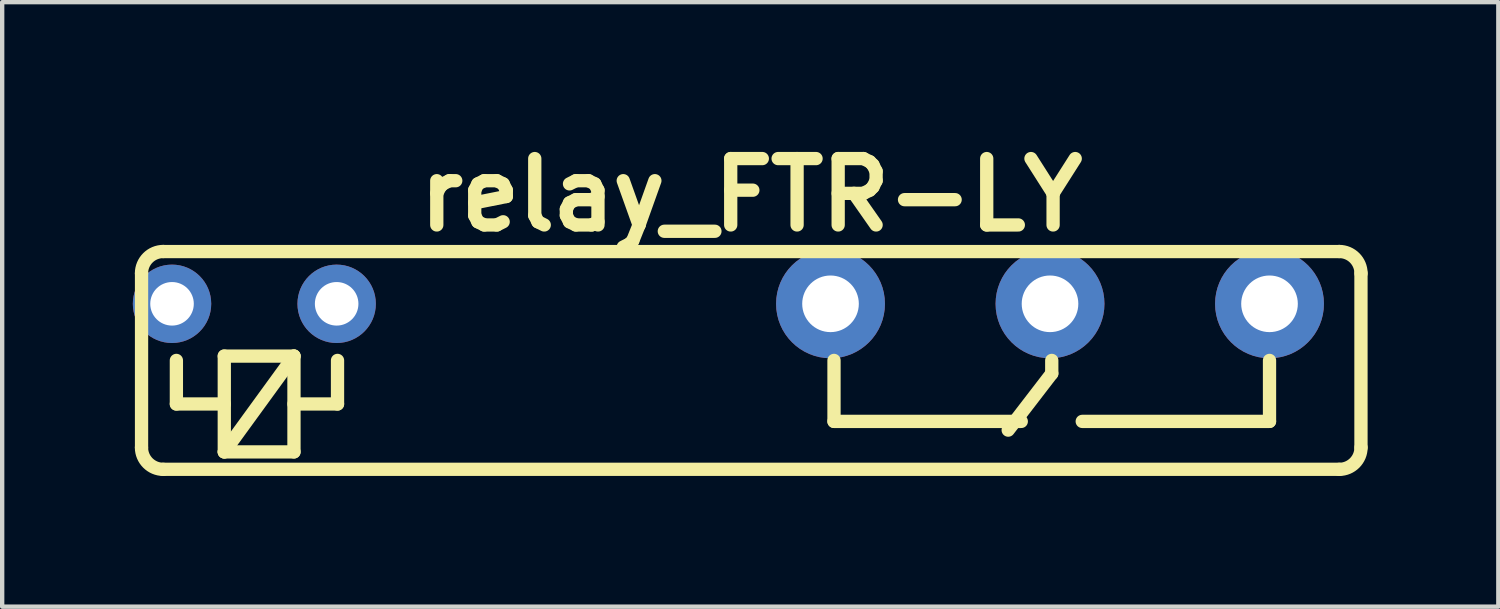
<source format=kicad_pcb>
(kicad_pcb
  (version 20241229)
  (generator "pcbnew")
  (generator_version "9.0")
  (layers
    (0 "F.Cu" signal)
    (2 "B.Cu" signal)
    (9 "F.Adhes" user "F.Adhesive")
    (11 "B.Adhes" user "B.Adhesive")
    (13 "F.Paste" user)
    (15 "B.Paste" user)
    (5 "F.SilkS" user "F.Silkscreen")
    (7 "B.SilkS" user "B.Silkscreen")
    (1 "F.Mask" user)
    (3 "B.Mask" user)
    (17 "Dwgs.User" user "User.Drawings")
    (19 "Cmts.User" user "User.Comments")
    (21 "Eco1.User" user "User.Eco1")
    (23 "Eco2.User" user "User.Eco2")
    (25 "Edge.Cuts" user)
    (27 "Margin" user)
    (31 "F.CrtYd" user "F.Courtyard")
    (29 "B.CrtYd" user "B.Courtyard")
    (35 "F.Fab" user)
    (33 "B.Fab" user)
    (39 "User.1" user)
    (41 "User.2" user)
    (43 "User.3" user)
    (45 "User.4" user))
  (footprint "relay_FTR-LY"
    (layer "F.Cu")
    (at 14.2 5.226)
    (property "Reference" "relay_FTR-LY" (at 0 -3.8 0) (layer "F.SilkS") (effects (font (size 1.524 1.524) (thickness 0.305))))
    (attr through_hole)
    (fp_line (start -14 -2) (end -14 2) (stroke (width 0.305) (type solid)) (layer "F.SilkS"))
    (fp_line (start -13.5 -2.5) (end 13.5 -2.5) (stroke (width 0.305) (type solid)) (layer "F.SilkS"))
    (fp_line (start -13.5 2.5) (end 13.5 2.5) (stroke (width 0.305) (type solid)) (layer "F.SilkS"))
    (fp_line (start -13.2 0) (end -13.2 1) (stroke (width 0.305) (type solid)) (layer "F.SilkS"))
    (fp_line (start -12.1 -0.1) (end -12.1 2.1) (stroke (width 0.305) (type solid)) (layer "F.SilkS"))
    (fp_line (start -12.1 1) (end -13.2 1) (stroke (width 0.305) (type solid)) (layer "F.SilkS"))
    (fp_line (start -12.1 2.1) (end -10.5 -0.1) (stroke (width 0.305) (type solid)) (layer "F.SilkS"))
    (fp_line (start -12.1 2.1) (end -10.5 2.1) (stroke (width 0.305) (type solid)) (layer "F.SilkS"))
    (fp_line (start -10.5 -0.1) (end -12.1 -0.1) (stroke (width 0.305) (type solid)) (layer "F.SilkS"))
    (fp_line (start -10.5 1) (end -9.5 1) (stroke (width 0.305) (type solid)) (layer "F.SilkS"))
    (fp_line (start -10.5 2.1) (end -10.5 -0.1) (stroke (width 0.305) (type solid)) (layer "F.SilkS"))
    (fp_line (start -9.5 0) (end -9.5 1) (stroke (width 0.305) (type solid)) (layer "F.SilkS"))
    (fp_line (start 1.9 0) (end 1.9 1.4) (stroke (width 0.305) (type solid)) (layer "F.SilkS"))
    (fp_line (start 1.9 1.4) (end 6.2 1.4) (stroke (width 0.305) (type solid)) (layer "F.SilkS"))
    (fp_line (start 6.9 0) (end 6.9 0.3) (stroke (width 0.305) (type solid)) (layer "F.SilkS"))
    (fp_line (start 6.9 0.3) (end 5.9 1.6) (stroke (width 0.305) (type solid)) (layer "F.SilkS"))
    (fp_line (start 7.6 1.4) (end 11.9 1.4) (stroke (width 0.305) (type solid)) (layer "F.SilkS"))
    (fp_line (start 11.9 0) (end 11.9 1.4) (stroke (width 0.305) (type solid)) (layer "F.SilkS"))
    (fp_line (start 14 -2) (end 14 2) (stroke (width 0.305) (type solid)) (layer "F.SilkS"))
    (fp_arc (start -14.0011 -2.00088) (mid -13.854542 -2.354702) (end -13.50072 -2.50126) (stroke (width 0.3048) (type solid)) (layer "F.SilkS"))
    (fp_arc (start -13.50088 2.5011) (mid -13.854702 2.354542) (end -14.00126 2.00072) (stroke (width 0.3048) (type solid)) (layer "F.SilkS"))
    (fp_arc (start 13.50072 -2.50126) (mid 13.854542 -2.354702) (end 14.0011 -2.00088) (stroke (width 0.3048) (type solid)) (layer "F.SilkS"))
    (fp_arc (start 14.0011 2.00088) (mid 13.854542 2.354702) (end 13.50072 2.50126) (stroke (width 0.3048) (type solid)) (layer "F.SilkS"))
    (pad "1" thru_hole circle (at -13.3 -1.3) (size 1.8 1.8) (drill 1) (layers "*.Cu" "*.Mask"))
    (pad "2" thru_hole circle (at -9.52 -1.3) (size 1.8 1.8) (drill 1) (layers "*.Cu" "*.Mask"))
    (pad "3" thru_hole circle (at 1.82 -1.3) (size 2.5 2.5) (drill 1.3) (layers "*.Cu" "*.Mask"))
    (pad "4" thru_hole circle (at 6.86 -1.3) (size 2.5 2.5) (drill 1.3) (layers "*.Cu" "*.Mask"))
    (pad "5" thru_hole circle (at 11.9 -1.3) (size 2.5 2.5) (drill 1.3) (layers "*.Cu" "*.Mask")))
  (gr_rect
    (start -3 -3)
    (end 31.354 10.88)
    (stroke (width 0.1) (type default))
    (fill no)
    (layer "Edge.Cuts")))
</source>
